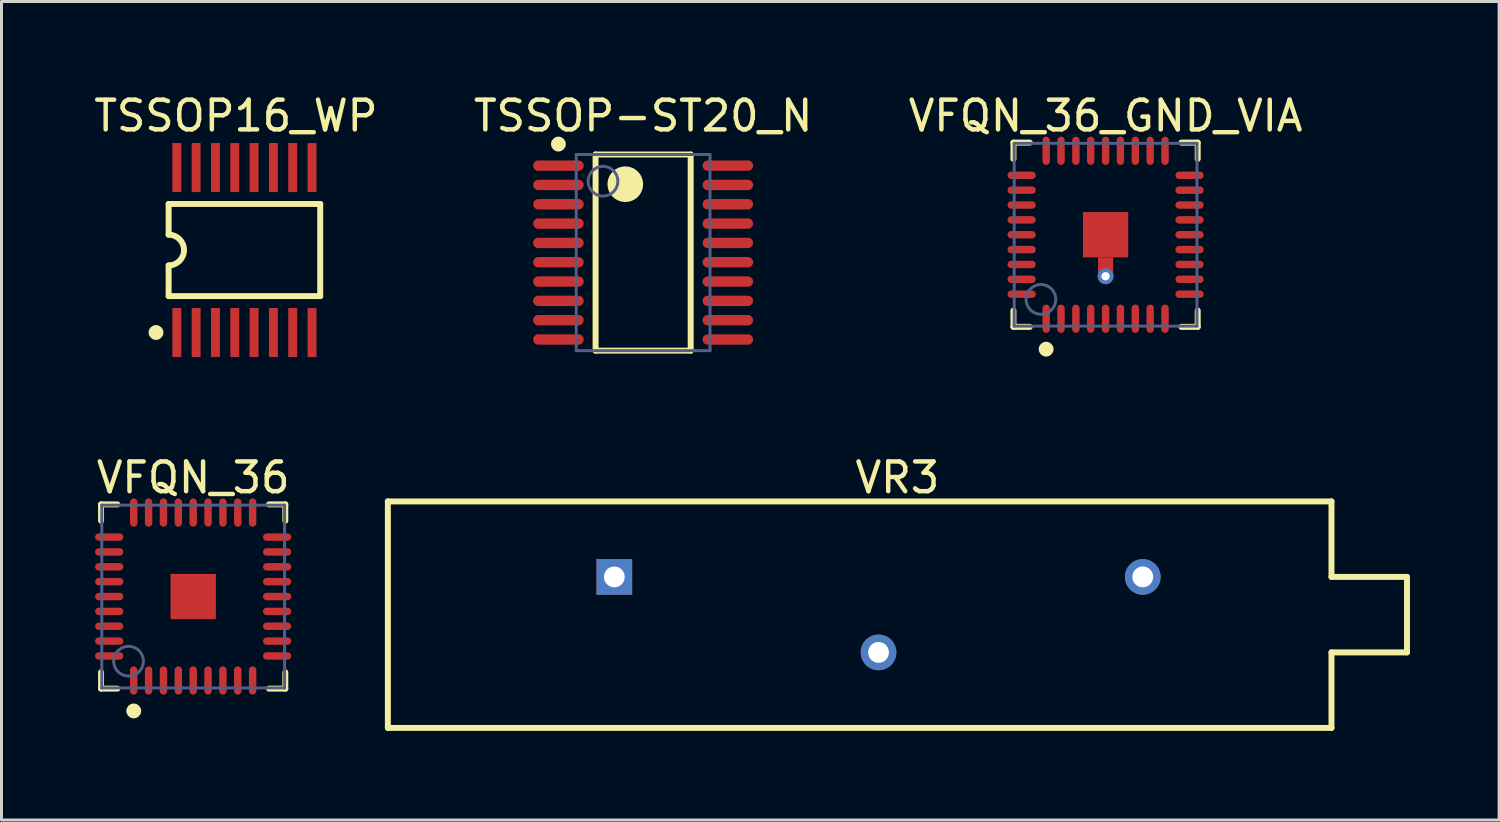
<source format=kicad_pcb>
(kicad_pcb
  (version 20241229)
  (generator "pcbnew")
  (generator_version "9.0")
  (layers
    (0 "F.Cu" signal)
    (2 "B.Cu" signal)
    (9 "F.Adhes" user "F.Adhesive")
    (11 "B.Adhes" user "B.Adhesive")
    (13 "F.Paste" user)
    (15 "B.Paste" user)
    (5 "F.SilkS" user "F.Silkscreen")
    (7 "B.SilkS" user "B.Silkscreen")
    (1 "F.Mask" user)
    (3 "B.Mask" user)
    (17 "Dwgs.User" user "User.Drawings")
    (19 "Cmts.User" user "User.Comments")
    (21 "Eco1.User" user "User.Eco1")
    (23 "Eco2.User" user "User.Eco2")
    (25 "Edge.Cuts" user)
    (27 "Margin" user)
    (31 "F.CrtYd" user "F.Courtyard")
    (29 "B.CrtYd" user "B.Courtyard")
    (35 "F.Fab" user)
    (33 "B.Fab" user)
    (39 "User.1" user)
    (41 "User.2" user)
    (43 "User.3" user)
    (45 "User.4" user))
  (footprint "TSSOP16_WP"
    (layer "F.Cu")
    (at 4.92 5.388)
    (property "Reference" "TSSOP16_WP" (at -0.033 -4.54 0) (layer "F.SilkS") (effects (font (size 1 1) (thickness 0.15))))
    (fp_line (start -2.296 -1.575) (end 2.804 -1.575) (stroke (width 0.2) (type solid)) (layer "F.SilkS"))
    (fp_line (start -2.296 -0.542) (end -2.296 -1.575) (stroke (width 0.2) (type solid)) (layer "F.SilkS"))
    (fp_line (start -2.296 1.525) (end -2.296 0.491) (stroke (width 0.2) (type solid)) (layer "F.SilkS"))
    (fp_line (start -2.296 1.525) (end 2.804 1.525) (stroke (width 0.2) (type solid)) (layer "F.SilkS"))
    (fp_line (start 2.804 1.525) (end 2.804 -1.575) (stroke (width 0.2) (type solid)) (layer "F.SilkS"))
    (fp_arc (start -2.29601 -0.54206) (mid -1.77935 -0.0254) (end -2.29601 0.49126) (stroke (width 0.2) (type solid)) (layer "F.SilkS"))
    (fp_circle (center -2.721 2.75) (end -2.721 2.625) (stroke (width 0.25) (type solid)) (fill no) (layer "F.SilkS"))
    (fp_rect (start -2.212 -2.875) (end -1.831 -3.84) (stroke (width 0) (type default)) (fill yes) (layer "F.Paste"))
    (fp_rect (start -2.211 3.784) (end -1.83 2.819) (stroke (width 0) (type default)) (fill yes) (layer "F.Paste"))
    (fp_rect (start -1.563 -2.875) (end -1.182 -3.84) (stroke (width 0) (type default)) (fill yes) (layer "F.Paste"))
    (fp_rect (start -1.563 3.784) (end -1.182 2.819) (stroke (width 0) (type default)) (fill yes) (layer "F.Paste"))
    (fp_rect (start -0.911 -2.875) (end -0.53 -3.84) (stroke (width 0) (type default)) (fill yes) (layer "F.Paste"))
    (fp_rect (start -0.91 3.784) (end -0.529 2.819) (stroke (width 0) (type default)) (fill yes) (layer "F.Paste"))
    (fp_rect (start -0.261 3.784) (end 0.12 2.819) (stroke (width 0) (type default)) (fill yes) (layer "F.Paste"))
    (fp_rect (start -0.259 -2.875) (end 0.122 -3.84) (stroke (width 0) (type default)) (fill yes) (layer "F.Paste"))
    (fp_rect (start 0.387 3.784) (end 0.768 2.819) (stroke (width 0) (type default)) (fill yes) (layer "F.Paste"))
    (fp_rect (start 0.389 -2.875) (end 0.77 -3.84) (stroke (width 0) (type default)) (fill yes) (layer "F.Paste"))
    (fp_rect (start 1.036 3.784) (end 1.417 2.819) (stroke (width 0) (type default)) (fill yes) (layer "F.Paste"))
    (fp_rect (start 1.039 -2.875) (end 1.42 -3.84) (stroke (width 0) (type default)) (fill yes) (layer "F.Paste"))
    (fp_rect (start 1.688 -2.875) (end 2.069 -3.84) (stroke (width 0) (type default)) (fill yes) (layer "F.Paste"))
    (fp_rect (start 1.692 3.784) (end 2.073 2.819) (stroke (width 0) (type default)) (fill yes) (layer "F.Paste"))
    (fp_rect (start 2.338 -2.875) (end 2.719 -3.84) (stroke (width 0) (type default)) (fill yes) (layer "F.Paste"))
    (fp_rect (start 2.34 3.784) (end 2.721 2.819) (stroke (width 0) (type default)) (fill yes) (layer "F.Paste"))
    (pad "1" smd rect (at -2.021 2.75 180) (size 0.3 1.65) (layers "F.Cu" "F.Mask" "F.Paste"))
    (pad "2" smd rect (at -1.371 2.75 180) (size 0.3 1.65) (layers "F.Cu" "F.Mask" "F.Paste"))
    (pad "3" smd rect (at -0.721 2.75 180) (size 0.3 1.65) (layers "F.Cu" "F.Mask" "F.Paste"))
    (pad "4" smd rect (at -0.071 2.75 180) (size 0.3 1.65) (layers "F.Cu" "F.Mask" "F.Paste"))
    (pad "5" smd rect (at 0.579 2.75 180) (size 0.3 1.65) (layers "F.Cu" "F.Mask" "F.Paste"))
    (pad "6" smd rect (at 1.229 2.75 180) (size 0.3 1.65) (layers "F.Cu" "F.Mask" "F.Paste"))
    (pad "7" smd rect (at 1.879 2.75 180) (size 0.3 1.65) (layers "F.Cu" "F.Mask" "F.Paste"))
    (pad "8" smd rect (at 2.529 2.75 180) (size 0.3 1.65) (layers "F.Cu" "F.Mask" "F.Paste"))
    (pad "9" smd rect (at 2.529 -2.8 180) (size 0.3 1.65) (layers "F.Cu" "F.Mask" "F.Paste"))
    (pad "10" smd rect (at 1.879 -2.8 180) (size 0.3 1.65) (layers "F.Cu" "F.Mask" "F.Paste"))
    (pad "11" smd rect (at 1.229 -2.8 180) (size 0.3 1.65) (layers "F.Cu" "F.Mask" "F.Paste"))
    (pad "12" smd rect (at 0.579 -2.8 180) (size 0.3 1.65) (layers "F.Cu" "F.Mask" "F.Paste"))
    (pad "13" smd rect (at -0.071 -2.8 180) (size 0.3 1.65) (layers "F.Cu" "F.Mask" "F.Paste"))
    (pad "14" smd rect (at -0.721 -2.8 180) (size 0.3 1.65) (layers "F.Cu" "F.Mask" "F.Paste"))
    (pad "15" smd rect (at -1.371 -2.8 180) (size 0.3 1.65) (layers "F.Cu" "F.Mask" "F.Paste"))
    (pad "16" smd rect (at -2.021 -2.8 180) (size 0.3 1.65) (layers "F.Cu" "F.Mask" "F.Paste")))
  (footprint "VFQN_36"
    (layer "F.Cu")
    (at 3.45 17.021)
    (property "Reference" "VFQN_36" (at 0 -4 0) (layer "F.SilkS") (effects (font (size 1 1) (thickness 0.15))))
    (fp_line (start -3.1 -3.1) (end -2.55 -3.1) (stroke (width 0.2) (type solid)) (layer "F.SilkS"))
    (fp_line (start -3.1 -2.55) (end -3.1 -3.1) (stroke (width 0.2) (type solid)) (layer "F.SilkS"))
    (fp_line (start -3.1 3.1) (end -3.1 2.55) (stroke (width 0.2) (type solid)) (layer "F.SilkS"))
    (fp_line (start -3.1 3.1) (end -2.55 3.1) (stroke (width 0.2) (type solid)) (layer "F.SilkS"))
    (fp_line (start 2.55 -3.1) (end 3.1 -3.1) (stroke (width 0.2) (type solid)) (layer "F.SilkS"))
    (fp_line (start 2.55 3.1) (end 3.1 3.1) (stroke (width 0.2) (type solid)) (layer "F.SilkS"))
    (fp_line (start 3.1 -2.55) (end 3.1 -3.1) (stroke (width 0.2) (type solid)) (layer "F.SilkS"))
    (fp_line (start 3.1 3.1) (end 3.1 2.55) (stroke (width 0.2) (type solid)) (layer "F.SilkS"))
    (fp_circle (center -2 3.85) (end -2 3.725) (stroke (width 0.25) (type solid)) (fill no) (layer "F.SilkS"))
    (fp_line (start -3.4 -3.4) (end 3.4 -3.4) (stroke (width 0.1) (type solid)) (layer "Eco2.User"))
    (fp_line (start -3.4 3.4) (end -3.4 -3.4) (stroke (width 0.1) (type solid)) (layer "Eco2.User"))
    (fp_line (start -3.4 3.4) (end 3.4 3.4) (stroke (width 0.1) (type solid)) (layer "Eco2.User"))
    (fp_line (start -0.5 0) (end 0.5 0) (stroke (width 0.1) (type solid)) (layer "Eco2.User"))
    (fp_line (start 0 0.5) (end 0 -0.5) (stroke (width 0.1) (type solid)) (layer "Eco2.User"))
    (fp_line (start 3.4 3.4) (end 3.4 -3.4) (stroke (width 0.1) (type solid)) (layer "Eco2.User"))
    (fp_line (start -3.075 -3.075) (end 3.075 -3.075) (stroke (width 0.1) (type solid)) (layer "B.Fab"))
    (fp_line (start -3.075 3.075) (end -3.075 -3.075) (stroke (width 0.1) (type solid)) (layer "B.Fab"))
    (fp_line (start -3.075 3.075) (end 3.075 3.075) (stroke (width 0.1) (type solid)) (layer "B.Fab"))
    (fp_line (start 3.075 3.075) (end 3.075 -3.075) (stroke (width 0.1) (type solid)) (layer "B.Fab"))
    (fp_circle (center -2.175 2.175) (end -2.175 1.675) (stroke (width 0.1) (type solid)) (fill no) (layer "B.Fab"))
    (pad "1" smd oval (at -2 2.825 180) (size 0.25 0.95) (layers "F.Cu" "F.Mask" "F.Paste"))
    (pad "2" smd oval (at -1.5 2.825 180) (size 0.25 0.95) (layers "F.Cu" "F.Mask" "F.Paste"))
    (pad "3" smd oval (at -1 2.825 180) (size 0.25 0.95) (layers "F.Cu" "F.Mask" "F.Paste"))
    (pad "4" smd oval (at -0.5 2.825 180) (size 0.25 0.95) (layers "F.Cu" "F.Mask" "F.Paste"))
    (pad "5" smd oval (at 0 2.825 180) (size 0.25 0.95) (layers "F.Cu" "F.Mask" "F.Paste"))
    (pad "6" smd oval (at 0.5 2.825 180) (size 0.25 0.95) (layers "F.Cu" "F.Mask" "F.Paste"))
    (pad "7" smd oval (at 1 2.825 180) (size 0.25 0.95) (layers "F.Cu" "F.Mask" "F.Paste"))
    (pad "8" smd oval (at 1.5 2.825 180) (size 0.25 0.95) (layers "F.Cu" "F.Mask" "F.Paste"))
    (pad "9" smd oval (at 2 2.825 180) (size 0.25 0.95) (layers "F.Cu" "F.Mask" "F.Paste"))
    (pad "10" smd oval (at 2.825 2 90) (size 0.25 0.95) (layers "F.Cu" "F.Mask" "F.Paste"))
    (pad "11" smd oval (at 2.825 1.5 90) (size 0.25 0.95) (layers "F.Cu" "F.Mask" "F.Paste"))
    (pad "12" smd oval (at 2.825 1 90) (size 0.25 0.95) (layers "F.Cu" "F.Mask" "F.Paste"))
    (pad "13" smd oval (at 2.825 0.5 90) (size 0.25 0.95) (layers "F.Cu" "F.Mask" "F.Paste"))
    (pad "14" smd oval (at 2.825 0 90) (size 0.25 0.95) (layers "F.Cu" "F.Mask" "F.Paste"))
    (pad "15" smd oval (at 2.825 -0.5 90) (size 0.25 0.95) (layers "F.Cu" "F.Mask" "F.Paste"))
    (pad "16" smd oval (at 2.825 -1 90) (size 0.25 0.95) (layers "F.Cu" "F.Mask" "F.Paste"))
    (pad "17" smd oval (at 2.825 -1.5 90) (size 0.25 0.95) (layers "F.Cu" "F.Mask" "F.Paste"))
    (pad "18" smd oval (at 2.825 -2 90) (size 0.25 0.95) (layers "F.Cu" "F.Mask" "F.Paste"))
    (pad "19" smd oval (at 2 -2.825 180) (size 0.25 0.95) (layers "F.Cu" "F.Mask" "F.Paste"))
    (pad "20" smd oval (at 1.5 -2.825 180) (size 0.25 0.95) (layers "F.Cu" "F.Mask" "F.Paste"))
    (pad "21" smd oval (at 1 -2.825 180) (size 0.25 0.95) (layers "F.Cu" "F.Mask" "F.Paste"))
    (pad "22" smd oval (at 0.5 -2.825 180) (size 0.25 0.95) (layers "F.Cu" "F.Mask" "F.Paste"))
    (pad "23" smd oval (at 0 -2.825 180) (size 0.25 0.95) (layers "F.Cu" "F.Mask" "F.Paste"))
    (pad "24" smd oval (at -0.5 -2.825 180) (size 0.25 0.95) (layers "F.Cu" "F.Mask" "F.Paste"))
    (pad "25" smd oval (at -1 -2.825 180) (size 0.25 0.95) (layers "F.Cu" "F.Mask" "F.Paste"))
    (pad "26" smd oval (at -1.5 -2.825 180) (size 0.25 0.95) (layers "F.Cu" "F.Mask" "F.Paste"))
    (pad "27" smd oval (at -2 -2.825 180) (size 0.25 0.95) (layers "F.Cu" "F.Mask" "F.Paste"))
    (pad "28" smd oval (at -2.825 -2 90) (size 0.25 0.95) (layers "F.Cu" "F.Mask" "F.Paste"))
    (pad "29" smd oval (at -2.825 -1.5 90) (size 0.25 0.95) (layers "F.Cu" "F.Mask" "F.Paste"))
    (pad "30" smd oval (at -2.825 -1 90) (size 0.25 0.95) (layers "F.Cu" "F.Mask" "F.Paste"))
    (pad "31" smd oval (at -2.825 -0.5 90) (size 0.25 0.95) (layers "F.Cu" "F.Mask" "F.Paste"))
    (pad "32" smd oval (at -2.825 0 90) (size 0.25 0.95) (layers "F.Cu" "F.Mask" "F.Paste"))
    (pad "33" smd oval (at -2.825 0.5 90) (size 0.25 0.95) (layers "F.Cu" "F.Mask" "F.Paste"))
    (pad "34" smd oval (at -2.825 1 90) (size 0.25 0.95) (layers "F.Cu" "F.Mask" "F.Paste"))
    (pad "35" smd oval (at -2.825 1.5 90) (size 0.25 0.95) (layers "F.Cu" "F.Mask" "F.Paste"))
    (pad "36" smd oval (at -2.825 2 90) (size 0.25 0.95) (layers "F.Cu" "F.Mask" "F.Paste"))
    (pad "37" smd rect (at 0 0 90) (size 1.524 1.524) (layers "F.Cu" "F.Mask" "F.Paste")))
  (footprint "TSSOP-ST20_N"
    (layer "F.Cu")
    (at 18.589 5.448)
    (property "Reference" "TSSOP-ST20_N" (at 0 -4.6 0) (layer "F.SilkS") (effects (font (size 1 1) (thickness 0.15))))
    (fp_line (start -1.6 -3.3) (end 1.6 -3.3) (stroke (width 0.2) (type solid)) (layer "F.SilkS"))
    (fp_line (start -1.6 3.3) (end -1.6 -3.3) (stroke (width 0.2) (type solid)) (layer "F.SilkS"))
    (fp_line (start -1.6 3.3) (end 1.6 3.3) (stroke (width 0.2) (type solid)) (layer "F.SilkS"))
    (fp_line (start 1.6 3.3) (end 1.6 -3.3) (stroke (width 0.2) (type solid)) (layer "F.SilkS"))
    (fp_circle (center -2.85 -3.65) (end -2.85 -3.775) (stroke (width 0.25) (type solid)) (fill no) (layer "F.SilkS"))
    (fp_circle (center -0.6 -2.3) (end -0.6 -2.6) (stroke (width 0.6) (type solid)) (fill no) (layer "F.SilkS"))
    (fp_line (start -3.95 -3.55) (end 3.95 -3.55) (stroke (width 0.05) (type solid)) (layer "Eco2.User"))
    (fp_line (start -3.95 3.55) (end -3.95 -3.55) (stroke (width 0.05) (type solid)) (layer "Eco2.User"))
    (fp_line (start -3.95 3.55) (end 3.95 3.55) (stroke (width 0.05) (type solid)) (layer "Eco2.User"))
    (fp_line (start -0.5 0) (end 0.5 0) (stroke (width 0.1) (type solid)) (layer "Eco2.User"))
    (fp_line (start 0 0.5) (end 0 -0.5) (stroke (width 0.1) (type solid)) (layer "Eco2.User"))
    (fp_line (start 3.95 3.55) (end 3.95 -3.55) (stroke (width 0.05) (type solid)) (layer "Eco2.User"))
    (fp_line (start -2.25 -3.3) (end 2.25 -3.3) (stroke (width 0.1) (type solid)) (layer "B.Fab"))
    (fp_line (start -2.25 3.3) (end -2.25 -3.3) (stroke (width 0.1) (type solid)) (layer "B.Fab"))
    (fp_line (start -2.25 3.3) (end 2.25 3.3) (stroke (width 0.1) (type solid)) (layer "B.Fab"))
    (fp_line (start 2.25 3.3) (end 2.25 -3.3) (stroke (width 0.1) (type solid)) (layer "B.Fab"))
    (fp_circle (center -1.35 -2.4) (end -1.35 -2.9) (stroke (width 0.1) (type solid)) (fill no) (layer "B.Fab"))
    (pad "1" smd oval (at -2.85 -2.925 90) (size 0.35 1.7) (layers "F.Cu" "F.Mask" "F.Paste"))
    (pad "2" smd oval (at -2.85 -2.275 90) (size 0.35 1.7) (layers "F.Cu" "F.Mask" "F.Paste"))
    (pad "3" smd oval (at -2.85 -1.625 90) (size 0.35 1.7) (layers "F.Cu" "F.Mask" "F.Paste"))
    (pad "4" smd oval (at -2.85 -0.975 90) (size 0.35 1.7) (layers "F.Cu" "F.Mask" "F.Paste"))
    (pad "5" smd oval (at -2.85 -0.325 90) (size 0.35 1.7) (layers "F.Cu" "F.Mask" "F.Paste"))
    (pad "6" smd oval (at -2.85 0.325 90) (size 0.35 1.7) (layers "F.Cu" "F.Mask" "F.Paste"))
    (pad "7" smd oval (at -2.85 0.975 90) (size 0.35 1.7) (layers "F.Cu" "F.Mask" "F.Paste"))
    (pad "8" smd oval (at -2.85 1.625 90) (size 0.35 1.7) (layers "F.Cu" "F.Mask" "F.Paste"))
    (pad "9" smd oval (at -2.85 2.275 90) (size 0.35 1.7) (layers "F.Cu" "F.Mask" "F.Paste"))
    (pad "10" smd oval (at -2.85 2.925 90) (size 0.35 1.7) (layers "F.Cu" "F.Mask" "F.Paste"))
    (pad "11" smd oval (at 2.85 2.925 90) (size 0.35 1.7) (layers "F.Cu" "F.Mask" "F.Paste"))
    (pad "12" smd oval (at 2.85 2.275 90) (size 0.35 1.7) (layers "F.Cu" "F.Mask" "F.Paste"))
    (pad "13" smd oval (at 2.85 1.625 90) (size 0.35 1.7) (layers "F.Cu" "F.Mask" "F.Paste"))
    (pad "14" smd oval (at 2.85 0.975 90) (size 0.35 1.7) (layers "F.Cu" "F.Mask" "F.Paste"))
    (pad "15" smd oval (at 2.85 0.325 90) (size 0.35 1.7) (layers "F.Cu" "F.Mask" "F.Paste"))
    (pad "16" smd oval (at 2.85 -0.325 90) (size 0.35 1.7) (layers "F.Cu" "F.Mask" "F.Paste"))
    (pad "17" smd oval (at 2.85 -0.975 90) (size 0.35 1.7) (layers "F.Cu" "F.Mask" "F.Paste"))
    (pad "18" smd oval (at 2.85 -1.625 90) (size 0.35 1.7) (layers "F.Cu" "F.Mask" "F.Paste"))
    (pad "19" smd oval (at 2.85 -2.275 90) (size 0.35 1.7) (layers "F.Cu" "F.Mask" "F.Paste"))
    (pad "20" smd oval (at 2.85 -2.925 90) (size 0.35 1.7) (layers "F.Cu" "F.Mask" "F.Paste")))
  (footprint "VR3"
    (layer "F.Cu")
    (at 26.51 17.631)
    (property "Reference" "VR3" (at 0.635 -4.61 0) (layer "F.SilkS") (effects (font (size 1 1) (thickness 0.15))))
    (fp_line (start -16.51 -3.81) (end 15.24 -3.81) (stroke (width 0.2) (type solid)) (layer "F.SilkS"))
    (fp_line (start -16.51 3.81) (end -16.51 -3.81) (stroke (width 0.2) (type solid)) (layer "F.SilkS"))
    (fp_line (start -16.51 3.81) (end 15.24 3.81) (stroke (width 0.2) (type solid)) (layer "F.SilkS"))
    (fp_line (start 15.24 -1.27) (end 15.24 -3.81) (stroke (width 0.2) (type solid)) (layer "F.SilkS"))
    (fp_line (start 15.24 -1.27) (end 17.78 -1.27) (stroke (width 0.2) (type solid)) (layer "F.SilkS"))
    (fp_line (start 15.24 1.27) (end 17.78 1.27) (stroke (width 0.2) (type solid)) (layer "F.SilkS"))
    (fp_line (start 15.24 3.81) (end 15.24 1.27) (stroke (width 0.2) (type solid)) (layer "F.SilkS"))
    (fp_line (start 17.78 1.27) (end 17.78 -1.27) (stroke (width 0.2) (type solid)) (layer "F.SilkS"))
    (pad "1" thru_hole rect (at -8.89 -1.27) (size 1.2 1.2) (drill 0.7) (layers "*.Cu" "*.Mask"))
    (pad "2" thru_hole circle (at 0 1.27) (size 1.2 1.2) (drill 0.7) (layers "*.Cu" "*.Mask"))
    (pad "3" thru_hole circle (at 8.89 -1.27) (size 1.2 1.2) (drill 0.7) (layers "*.Cu" "*.Mask")))
  (footprint "VFQN_36_GND_VIA"
    (layer "F.Cu")
    (at 34.149 4.848)
    (property "Reference" "VFQN_36_GND_VIA" (at 0 -4 0) (layer "F.SilkS") (effects (font (size 1 1) (thickness 0.15))))
    (fp_line (start -3.1 -3.1) (end -2.55 -3.1) (stroke (width 0.2) (type solid)) (layer "F.SilkS"))
    (fp_line (start -3.1 -2.55) (end -3.1 -3.1) (stroke (width 0.2) (type solid)) (layer "F.SilkS"))
    (fp_line (start -3.1 3.1) (end -3.1 2.55) (stroke (width 0.2) (type solid)) (layer "F.SilkS"))
    (fp_line (start -3.1 3.1) (end -2.55 3.1) (stroke (width 0.2) (type solid)) (layer "F.SilkS"))
    (fp_line (start 2.55 -3.1) (end 3.1 -3.1) (stroke (width 0.2) (type solid)) (layer "F.SilkS"))
    (fp_line (start 2.55 3.1) (end 3.1 3.1) (stroke (width 0.2) (type solid)) (layer "F.SilkS"))
    (fp_line (start 3.1 -2.55) (end 3.1 -3.1) (stroke (width 0.2) (type solid)) (layer "F.SilkS"))
    (fp_line (start 3.1 3.1) (end 3.1 2.55) (stroke (width 0.2) (type solid)) (layer "F.SilkS"))
    (fp_circle (center -2 3.85) (end -2 3.725) (stroke (width 0.25) (type solid)) (fill no) (layer "F.SilkS"))
    (fp_line (start -3.4 -3.4) (end 3.4 -3.4) (stroke (width 0.1) (type solid)) (layer "Eco2.User"))
    (fp_line (start -3.4 3.4) (end -3.4 -3.4) (stroke (width 0.1) (type solid)) (layer "Eco2.User"))
    (fp_line (start -3.4 3.4) (end 3.4 3.4) (stroke (width 0.1) (type solid)) (layer "Eco2.User"))
    (fp_line (start -0.5 0) (end 0.5 0) (stroke (width 0.1) (type solid)) (layer "Eco2.User"))
    (fp_line (start 0 0.5) (end 0 -0.5) (stroke (width 0.1) (type solid)) (layer "Eco2.User"))
    (fp_line (start 3.4 3.4) (end 3.4 -3.4) (stroke (width 0.1) (type solid)) (layer "Eco2.User"))
    (fp_line (start -3.075 -3.075) (end 3.075 -3.075) (stroke (width 0.1) (type solid)) (layer "B.Fab"))
    (fp_line (start -3.075 3.075) (end -3.075 -3.075) (stroke (width 0.1) (type solid)) (layer "B.Fab"))
    (fp_line (start -3.075 3.075) (end 3.075 3.075) (stroke (width 0.1) (type solid)) (layer "B.Fab"))
    (fp_line (start 3.075 3.075) (end 3.075 -3.075) (stroke (width 0.1) (type solid)) (layer "B.Fab"))
    (fp_circle (center -2.175 2.175) (end -2.175 1.675) (stroke (width 0.1) (type solid)) (fill no) (layer "B.Fab"))
    (pad "1" smd oval (at -2 2.825 180) (size 0.25 0.95) (layers "F.Cu" "F.Mask" "F.Paste"))
    (pad "2" smd oval (at -1.5 2.825 180) (size 0.25 0.95) (layers "F.Cu" "F.Mask" "F.Paste"))
    (pad "3" smd oval (at -1 2.825 180) (size 0.25 0.95) (layers "F.Cu" "F.Mask" "F.Paste"))
    (pad "4" smd oval (at -0.5 2.825 180) (size 0.25 0.95) (layers "F.Cu" "F.Mask" "F.Paste"))
    (pad "5" smd oval (at 0 2.825 180) (size 0.25 0.95) (layers "F.Cu" "F.Mask" "F.Paste"))
    (pad "6" smd oval (at 0.5 2.825 180) (size 0.25 0.95) (layers "F.Cu" "F.Mask" "F.Paste"))
    (pad "7" smd oval (at 1 2.825 180) (size 0.25 0.95) (layers "F.Cu" "F.Mask" "F.Paste"))
    (pad "8" smd oval (at 1.5 2.825 180) (size 0.25 0.95) (layers "F.Cu" "F.Mask" "F.Paste"))
    (pad "9" smd oval (at 2 2.825 180) (size 0.25 0.95) (layers "F.Cu" "F.Mask" "F.Paste"))
    (pad "10" smd oval (at 2.825 2 90) (size 0.25 0.95) (layers "F.Cu" "F.Mask" "F.Paste"))
    (pad "11" smd oval (at 2.825 1.5 90) (size 0.25 0.95) (layers "F.Cu" "F.Mask" "F.Paste"))
    (pad "12" smd oval (at 2.825 1 90) (size 0.25 0.95) (layers "F.Cu" "F.Mask" "F.Paste"))
    (pad "13" smd oval (at 2.825 0.5 90) (size 0.25 0.95) (layers "F.Cu" "F.Mask" "F.Paste"))
    (pad "14" smd oval (at 2.825 0 90) (size 0.25 0.95) (layers "F.Cu" "F.Mask" "F.Paste"))
    (pad "15" smd oval (at 2.825 -0.5 90) (size 0.25 0.95) (layers "F.Cu" "F.Mask" "F.Paste"))
    (pad "16" smd oval (at 2.825 -1 90) (size 0.25 0.95) (layers "F.Cu" "F.Mask" "F.Paste"))
    (pad "17" smd oval (at 2.825 -1.5 90) (size 0.25 0.95) (layers "F.Cu" "F.Mask" "F.Paste"))
    (pad "18" smd oval (at 2.825 -2 90) (size 0.25 0.95) (layers "F.Cu" "F.Mask" "F.Paste"))
    (pad "19" smd oval (at 2 -2.825 180) (size 0.25 0.95) (layers "F.Cu" "F.Mask" "F.Paste"))
    (pad "20" smd oval (at 1.5 -2.825 180) (size 0.25 0.95) (layers "F.Cu" "F.Mask" "F.Paste"))
    (pad "21" smd oval (at 1 -2.825 180) (size 0.25 0.95) (layers "F.Cu" "F.Mask" "F.Paste"))
    (pad "22" smd oval (at 0.5 -2.825 180) (size 0.25 0.95) (layers "F.Cu" "F.Mask" "F.Paste"))
    (pad "23" smd oval (at 0 -2.825 180) (size 0.25 0.95) (layers "F.Cu" "F.Mask" "F.Paste"))
    (pad "24" smd oval (at -0.5 -2.825 180) (size 0.25 0.95) (layers "F.Cu" "F.Mask" "F.Paste"))
    (pad "25" smd oval (at -1 -2.825 180) (size 0.25 0.95) (layers "F.Cu" "F.Mask" "F.Paste"))
    (pad "26" smd oval (at -1.5 -2.825 180) (size 0.25 0.95) (layers "F.Cu" "F.Mask" "F.Paste"))
    (pad "27" smd oval (at -2 -2.825 180) (size 0.25 0.95) (layers "F.Cu" "F.Mask" "F.Paste"))
    (pad "28" smd oval (at -2.825 -2 90) (size 0.25 0.95) (layers "F.Cu" "F.Mask" "F.Paste"))
    (pad "29" smd oval (at -2.825 -1.5 90) (size 0.25 0.95) (layers "F.Cu" "F.Mask" "F.Paste"))
    (pad "30" smd oval (at -2.825 -1 90) (size 0.25 0.95) (layers "F.Cu" "F.Mask" "F.Paste"))
    (pad "31" smd oval (at -2.825 -0.5 90) (size 0.25 0.95) (layers "F.Cu" "F.Mask" "F.Paste"))
    (pad "32" smd oval (at -2.825 0 90) (size 0.25 0.95) (layers "F.Cu" "F.Mask" "F.Paste"))
    (pad "33" smd oval (at -2.825 0.5 90) (size 0.25 0.95) (layers "F.Cu" "F.Mask" "F.Paste"))
    (pad "34" smd oval (at -2.825 1 90) (size 0.25 0.95) (layers "F.Cu" "F.Mask" "F.Paste"))
    (pad "35" smd oval (at -2.825 1.5 90) (size 0.25 0.95) (layers "F.Cu" "F.Mask" "F.Paste"))
    (pad "36" smd oval (at -2.825 2 90) (size 0.25 0.95) (layers "F.Cu" "F.Mask" "F.Paste"))
    (pad "37" smd rect (at 0 0 90) (size 1.524 1.524) (layers "F.Cu" "F.Mask" "F.Paste"))
    (pad "37" smd rect (at 0 1.143) (size 0.508 0.762) (layers "F.Cu" "F.Mask" "F.Paste"))
    (pad "37" thru_hole circle (at 0 1.397) (size 0.533 0.533) (drill 0.279) (layers "*.Cu" "B.Mask")))
  (gr_rect
    (start -3 -3)
    (end 47.39 24.541)
    (stroke (width 0.1) (type default))
    (fill no)
    (layer "Edge.Cuts")))
</source>
